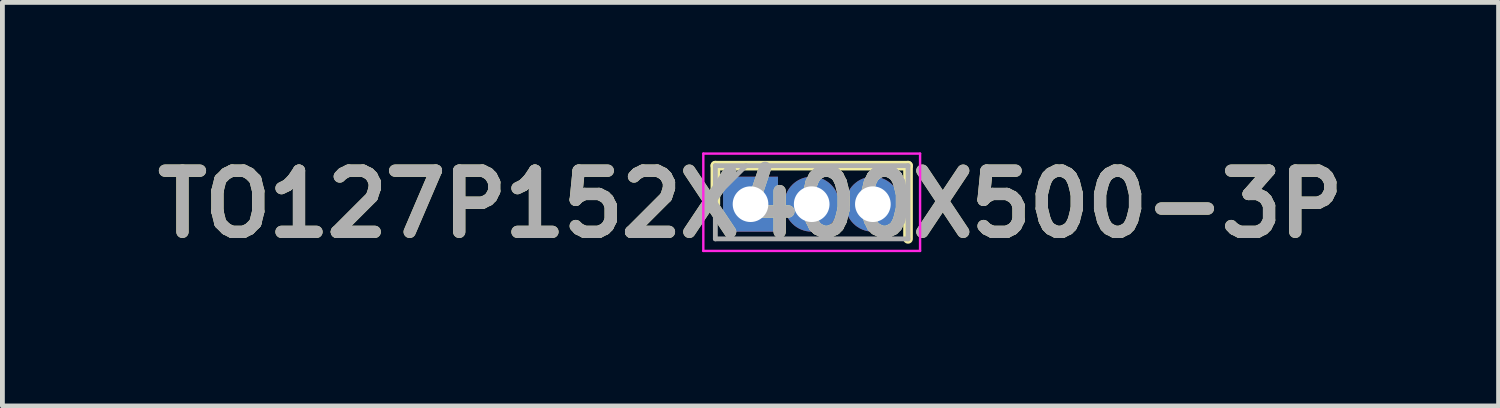
<source format=kicad_pcb>
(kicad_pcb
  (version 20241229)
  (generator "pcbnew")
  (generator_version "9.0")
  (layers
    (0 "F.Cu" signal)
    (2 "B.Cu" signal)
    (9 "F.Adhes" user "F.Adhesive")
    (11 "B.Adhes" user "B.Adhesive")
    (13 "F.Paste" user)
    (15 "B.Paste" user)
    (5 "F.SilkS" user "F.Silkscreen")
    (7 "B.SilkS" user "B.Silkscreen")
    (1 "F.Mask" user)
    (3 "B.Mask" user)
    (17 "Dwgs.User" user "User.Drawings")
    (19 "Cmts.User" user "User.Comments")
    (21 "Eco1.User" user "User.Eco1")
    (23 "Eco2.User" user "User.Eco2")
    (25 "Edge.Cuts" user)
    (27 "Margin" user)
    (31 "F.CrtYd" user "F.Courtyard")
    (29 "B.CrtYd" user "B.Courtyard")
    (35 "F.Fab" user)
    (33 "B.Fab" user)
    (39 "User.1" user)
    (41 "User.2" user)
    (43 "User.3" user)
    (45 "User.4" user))
  (footprint "TO127P152X400X500-3P"
    (layer "F.Cu")
    (at 12.531 1.189)
    (property "Reference" "TO127P152X400X500-3P" (at 0 0 0) (layer "F.SilkS") (effects (font (size 1.27 1.27) (thickness 0.254))))
    (attr through_hole)
    (fp_line (start -0.73 -0.8) (end -0.73 0) (stroke (width 0.2) (type solid)) (layer "F.SilkS"))
    (fp_line (start 3.27 -0.8) (end -0.73 -0.8) (stroke (width 0.2) (type solid)) (layer "F.SilkS"))
    (fp_line (start 3.27 0.72) (end 3.27 -0.8) (stroke (width 0.2) (type solid)) (layer "F.SilkS"))
    (fp_line (start -0.98 -1.05) (end 3.52 -1.05) (stroke (width 0.05) (type solid)) (layer "F.CrtYd"))
    (fp_line (start -0.98 0.97) (end -0.98 -1.05) (stroke (width 0.05) (type solid)) (layer "F.CrtYd"))
    (fp_line (start 3.52 -1.05) (end 3.52 0.97) (stroke (width 0.05) (type solid)) (layer "F.CrtYd"))
    (fp_line (start 3.52 0.97) (end -0.98 0.97) (stroke (width 0.05) (type solid)) (layer "F.CrtYd"))
    (fp_line (start -0.73 -0.8) (end 3.27 -0.8) (stroke (width 0.1) (type solid)) (layer "F.Fab"))
    (fp_line (start -0.73 -0.165) (end -0.095 -0.8) (stroke (width 0.1) (type solid)) (layer "F.Fab"))
    (fp_line (start -0.73 0.72) (end -0.73 -0.8) (stroke (width 0.1) (type solid)) (layer "F.Fab"))
    (fp_line (start 3.27 -0.8) (end 3.27 0.72) (stroke (width 0.1) (type solid)) (layer "F.Fab"))
    (fp_line (start 3.27 0.72) (end -0.73 0.72) (stroke (width 0.1) (type solid)) (layer "F.Fab"))
    (fp_text user "${REFERENCE}" (at 0 0 0) (layer "F.Fab") (effects (font (size 1.27 1.27) (thickness 0.254))))
    (pad "1" thru_hole rect (at 0 0) (size 1.14 1.14) (drill 0.74) (layers "*.Cu" "*.Mask"))
    (pad "2" thru_hole circle (at 1.27 0) (size 1.14 1.14) (drill 0.74) (layers "*.Cu" "*.Mask"))
    (pad "3" thru_hole circle (at 2.54 0) (size 1.14 1.14) (drill 0.74) (layers "*.Cu" "*.Mask")))
  (gr_rect
    (start -3 -3)
    (end 28.061 5.377)
    (stroke (width 0.1) (type default))
    (fill no)
    (layer "Edge.Cuts")))
</source>
